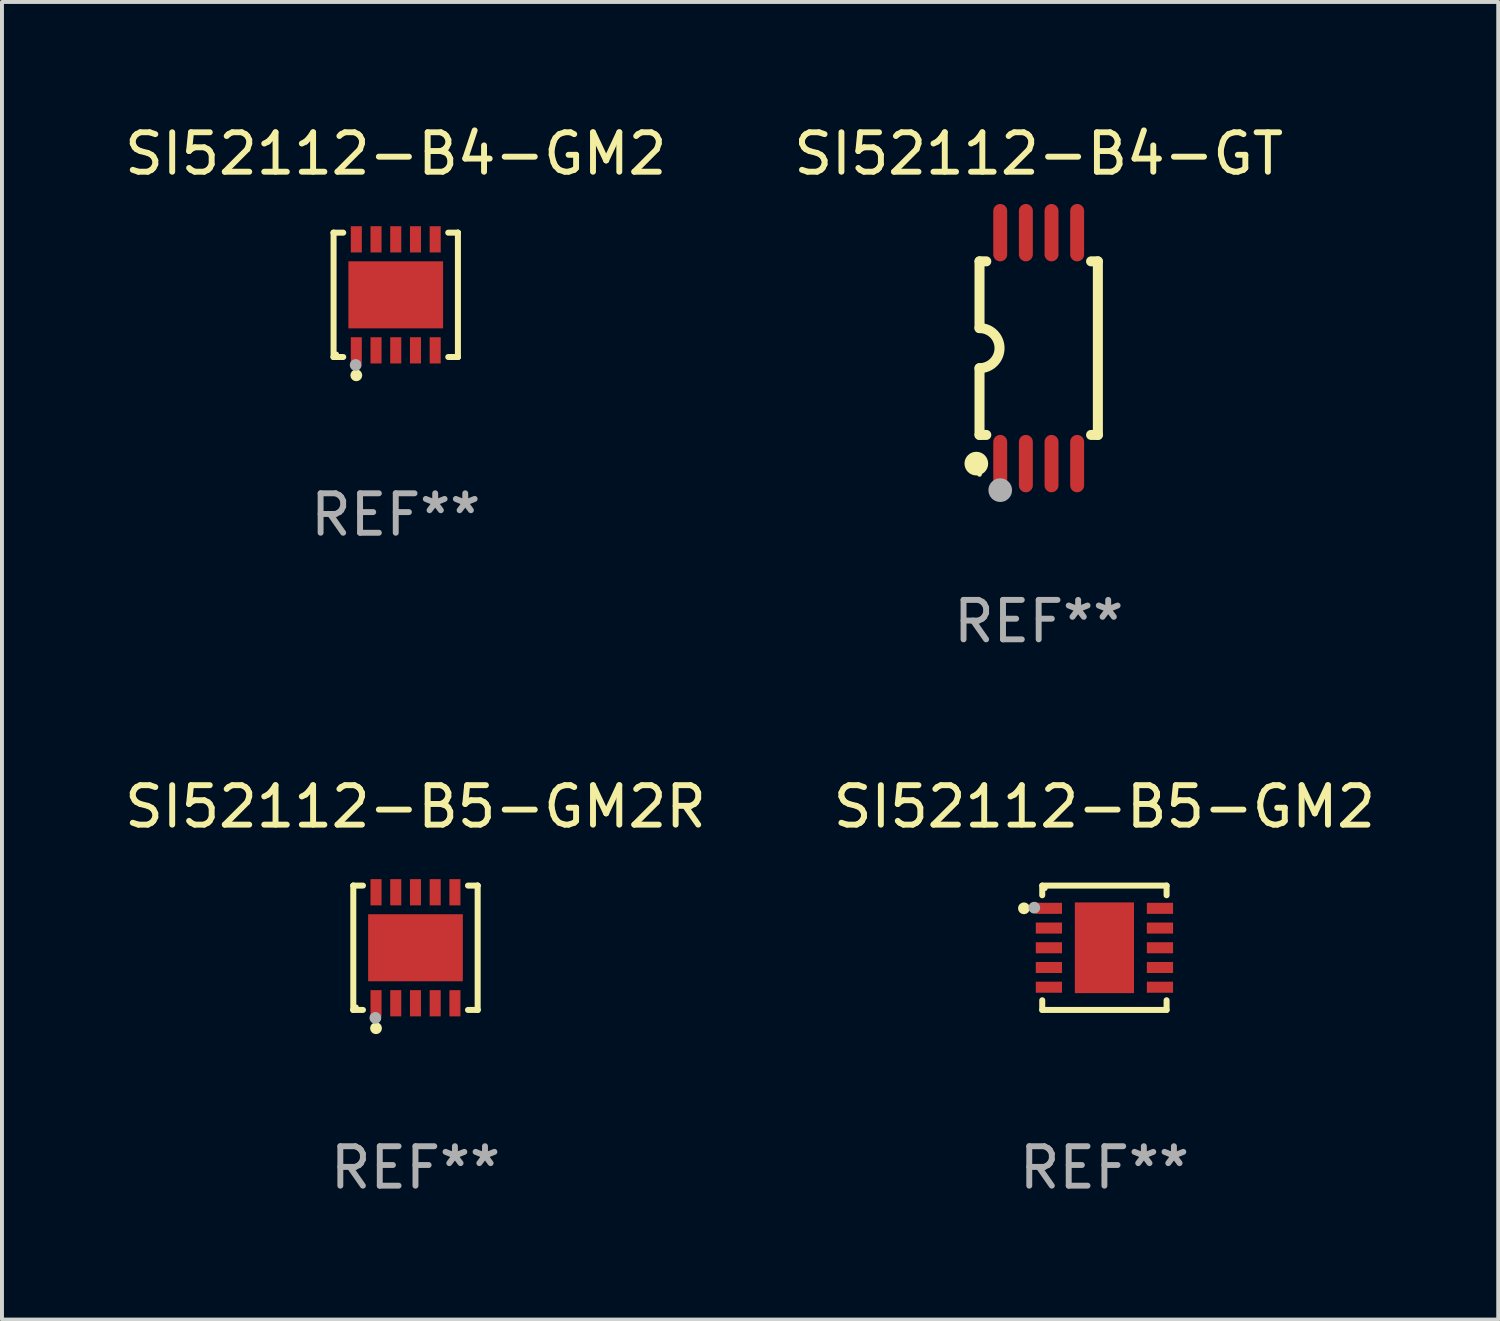
<source format=kicad_pcb>
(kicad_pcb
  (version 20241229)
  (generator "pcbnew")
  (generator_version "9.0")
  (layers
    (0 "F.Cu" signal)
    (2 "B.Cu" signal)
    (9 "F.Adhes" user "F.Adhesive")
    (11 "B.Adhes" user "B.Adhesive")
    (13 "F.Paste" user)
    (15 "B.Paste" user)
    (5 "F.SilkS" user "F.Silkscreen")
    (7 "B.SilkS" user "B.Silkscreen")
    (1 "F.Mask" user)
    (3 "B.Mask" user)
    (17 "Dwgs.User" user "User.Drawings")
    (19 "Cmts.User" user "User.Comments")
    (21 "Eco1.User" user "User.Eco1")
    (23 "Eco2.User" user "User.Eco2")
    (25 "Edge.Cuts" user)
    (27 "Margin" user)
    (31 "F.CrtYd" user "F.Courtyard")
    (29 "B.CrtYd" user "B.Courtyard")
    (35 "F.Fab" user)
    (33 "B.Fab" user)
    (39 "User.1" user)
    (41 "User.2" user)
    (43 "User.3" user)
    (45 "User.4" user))
  (footprint "SI52112-B5-GM2R"
    (layer "F.Cu")
    (at 7.482 20.975)
    (property "Reference" "SI52112-B5-GM2R" (at 0 -3.576 0) (layer "F.SilkS") (effects (font (size 1 1) (thickness 0.15))))
    (attr through_hole)
    (fp_line (start -1.576 -1.576) (end -1.576 -1.576) (stroke (width 0.152) (type solid)) (layer "F.SilkS"))
    (fp_line (start -1.576 -1.576) (end -1.331 -1.576) (stroke (width 0.152) (type solid)) (layer "F.SilkS"))
    (fp_line (start -1.576 1.576) (end -1.576 -1.576) (stroke (width 0.152) (type solid)) (layer "F.SilkS"))
    (fp_line (start -1.576 1.576) (end -1.576 1.576) (stroke (width 0.152) (type solid)) (layer "F.SilkS"))
    (fp_line (start -1.331 1.576) (end -1.576 1.576) (stroke (width 0.152) (type solid)) (layer "F.SilkS"))
    (fp_line (start 1.331 1.576) (end 1.576 1.576) (stroke (width 0.152) (type solid)) (layer "F.SilkS"))
    (fp_line (start 1.576 -1.576) (end 1.331 -1.576) (stroke (width 0.152) (type solid)) (layer "F.SilkS"))
    (fp_line (start 1.576 -1.576) (end 1.576 -1.576) (stroke (width 0.152) (type solid)) (layer "F.SilkS"))
    (fp_line (start 1.576 1.576) (end 1.576 -1.576) (stroke (width 0.152) (type solid)) (layer "F.SilkS"))
    (fp_line (start 1.576 1.576) (end 1.576 1.576) (stroke (width 0.152) (type solid)) (layer "F.SilkS"))
    (fp_circle (center -1.5 1.5) (end -1.47 1.5) (stroke (width 0.06) (type solid)) (fill no) (layer "F.SilkS"))
    (fp_circle (center -1 2.04) (end -0.925 2.04) (stroke (width 0.15) (type solid)) (fill no) (layer "F.SilkS"))
    (fp_circle (center -1.016 1.778) (end -0.941 1.778) (stroke (width 0.15) (type solid)) (fill no) (layer "F.Fab"))
    (fp_text user "REF**" (at 0 5.576 0) (layer "F.Fab") (effects (font (size 1 1) (thickness 0.15))))
    (pad "1" smd rect (at -1 1.407) (size 0.28 0.665) (layers "F.Cu" "F.Mask" "F.Paste"))
    (pad "2" smd rect (at -0.5 1.407) (size 0.28 0.665) (layers "F.Cu" "F.Mask" "F.Paste"))
    (pad "3" smd rect (at 0 1.407) (size 0.28 0.665) (layers "F.Cu" "F.Mask" "F.Paste"))
    (pad "4" smd rect (at 0.5 1.407) (size 0.28 0.665) (layers "F.Cu" "F.Mask" "F.Paste"))
    (pad "5" smd rect (at 1 1.407) (size 0.28 0.665) (layers "F.Cu" "F.Mask" "F.Paste"))
    (pad "6" smd rect (at 1 -1.407) (size 0.28 0.665) (layers "F.Cu" "F.Mask" "F.Paste"))
    (pad "7" smd rect (at 0.5 -1.407) (size 0.28 0.665) (layers "F.Cu" "F.Mask" "F.Paste"))
    (pad "8" smd rect (at 0 -1.407) (size 0.28 0.665) (layers "F.Cu" "F.Mask" "F.Paste"))
    (pad "9" smd rect (at -0.5 -1.407) (size 0.28 0.665) (layers "F.Cu" "F.Mask" "F.Paste"))
    (pad "10" smd rect (at -1 -1.407) (size 0.28 0.665) (layers "F.Cu" "F.Mask" "F.Paste"))
    (pad "11" smd rect (at 0 0) (size 2.4 1.7) (layers "F.Cu" "F.Mask" "F.Paste")))
  (footprint "SI52112-B5-GM2"
    (layer "F.Cu")
    (at 24.946 20.975)
    (property "Reference" "SI52112-B5-GM2" (at 0 -3.576 0) (layer "F.SilkS") (effects (font (size 1 1) (thickness 0.15))))
    (attr through_hole)
    (fp_line (start -1.576 -1.576) (end 1.576 -1.576) (stroke (width 0.152) (type solid)) (layer "F.SilkS"))
    (fp_line (start -1.576 -1.331) (end -1.576 -1.576) (stroke (width 0.152) (type solid)) (layer "F.SilkS"))
    (fp_line (start -1.576 1.331) (end -1.576 1.576) (stroke (width 0.152) (type solid)) (layer "F.SilkS"))
    (fp_line (start -1.576 1.576) (end 1.576 1.576) (stroke (width 0.152) (type solid)) (layer "F.SilkS"))
    (fp_line (start 1.576 -1.576) (end 1.576 -1.331) (stroke (width 0.152) (type solid)) (layer "F.SilkS"))
    (fp_line (start 1.576 1.576) (end 1.576 1.331) (stroke (width 0.152) (type solid)) (layer "F.SilkS"))
    (fp_circle (center -2.04 -1) (end -1.965 -1) (stroke (width 0.15) (type solid)) (fill no) (layer "F.SilkS"))
    (fp_circle (center -1.5 -1.5) (end -1.47 -1.5) (stroke (width 0.06) (type solid)) (fill no) (layer "F.SilkS"))
    (fp_circle (center -1.778 -1.016) (end -1.703 -1.016) (stroke (width 0.15) (type solid)) (fill no) (layer "F.Fab"))
    (fp_text user "REF**" (at 0 5.576 0) (layer "F.Fab") (effects (font (size 1 1) (thickness 0.15))))
    (pad "1" smd rect (at -1.407 -1 270) (size 0.28 0.665) (layers "F.Cu" "F.Mask" "F.Paste"))
    (pad "2" smd rect (at -1.407 -0.5 270) (size 0.28 0.665) (layers "F.Cu" "F.Mask" "F.Paste"))
    (pad "3" smd rect (at -1.407 0.000102 270) (size 0.28 0.665) (layers "F.Cu" "F.Mask" "F.Paste"))
    (pad "4" smd rect (at -1.407 0.5 270) (size 0.28 0.665) (layers "F.Cu" "F.Mask" "F.Paste"))
    (pad "5" smd rect (at -1.407 1 270) (size 0.28 0.665) (layers "F.Cu" "F.Mask" "F.Paste"))
    (pad "6" smd rect (at 1.408 1 270) (size 0.28 0.665) (layers "F.Cu" "F.Mask" "F.Paste"))
    (pad "7" smd rect (at 1.408 0.5 270) (size 0.28 0.665) (layers "F.Cu" "F.Mask" "F.Paste"))
    (pad "8" smd rect (at 1.408 0.000102 270) (size 0.28 0.665) (layers "F.Cu" "F.Mask" "F.Paste"))
    (pad "9" smd rect (at 1.408 -0.5 270) (size 0.28 0.665) (layers "F.Cu" "F.Mask" "F.Paste"))
    (pad "10" smd rect (at 1.408 -1 270) (size 0.28 0.665) (layers "F.Cu" "F.Mask" "F.Paste"))
    (pad "11" smd rect (at -0.000051 0.000102 270) (size 2.3 1.5) (layers "F.Cu" "F.Mask" "F.Paste")))
  (footprint "SI52112-B4-GM2"
    (layer "F.Cu")
    (at 6.982 4.424)
    (property "Reference" "SI52112-B4-GM2" (at 0 -3.576 0) (layer "F.SilkS") (effects (font (size 1 1) (thickness 0.15))))
    (attr through_hole)
    (fp_line (start -1.576 -1.576) (end -1.576 -1.576) (stroke (width 0.152) (type solid)) (layer "F.SilkS"))
    (fp_line (start -1.576 -1.576) (end -1.331 -1.576) (stroke (width 0.152) (type solid)) (layer "F.SilkS"))
    (fp_line (start -1.576 1.576) (end -1.576 -1.576) (stroke (width 0.152) (type solid)) (layer "F.SilkS"))
    (fp_line (start -1.576 1.576) (end -1.576 1.576) (stroke (width 0.152) (type solid)) (layer "F.SilkS"))
    (fp_line (start -1.331 1.576) (end -1.576 1.576) (stroke (width 0.152) (type solid)) (layer "F.SilkS"))
    (fp_line (start 1.331 1.576) (end 1.576 1.576) (stroke (width 0.152) (type solid)) (layer "F.SilkS"))
    (fp_line (start 1.576 -1.576) (end 1.331 -1.576) (stroke (width 0.152) (type solid)) (layer "F.SilkS"))
    (fp_line (start 1.576 -1.576) (end 1.576 -1.576) (stroke (width 0.152) (type solid)) (layer "F.SilkS"))
    (fp_line (start 1.576 1.576) (end 1.576 -1.576) (stroke (width 0.152) (type solid)) (layer "F.SilkS"))
    (fp_line (start 1.576 1.576) (end 1.576 1.576) (stroke (width 0.152) (type solid)) (layer "F.SilkS"))
    (fp_circle (center -1.5 1.5) (end -1.47 1.5) (stroke (width 0.06) (type solid)) (fill no) (layer "F.SilkS"))
    (fp_circle (center -1 2.04) (end -0.925 2.04) (stroke (width 0.15) (type solid)) (fill no) (layer "F.SilkS"))
    (fp_circle (center -1.016 1.778) (end -0.941 1.778) (stroke (width 0.15) (type solid)) (fill no) (layer "F.Fab"))
    (fp_text user "REF**" (at 0 5.576 0) (layer "F.Fab") (effects (font (size 1 1) (thickness 0.15))))
    (pad "1" smd rect (at -1 1.407) (size 0.28 0.665) (layers "F.Cu" "F.Mask" "F.Paste"))
    (pad "2" smd rect (at -0.5 1.407) (size 0.28 0.665) (layers "F.Cu" "F.Mask" "F.Paste"))
    (pad "3" smd rect (at 0 1.407) (size 0.28 0.665) (layers "F.Cu" "F.Mask" "F.Paste"))
    (pad "4" smd rect (at 0.5 1.407) (size 0.28 0.665) (layers "F.Cu" "F.Mask" "F.Paste"))
    (pad "5" smd rect (at 1 1.407) (size 0.28 0.665) (layers "F.Cu" "F.Mask" "F.Paste"))
    (pad "6" smd rect (at 1 -1.407) (size 0.28 0.665) (layers "F.Cu" "F.Mask" "F.Paste"))
    (pad "7" smd rect (at 0.5 -1.407) (size 0.28 0.665) (layers "F.Cu" "F.Mask" "F.Paste"))
    (pad "8" smd rect (at 0 -1.407) (size 0.28 0.665) (layers "F.Cu" "F.Mask" "F.Paste"))
    (pad "9" smd rect (at -0.5 -1.407) (size 0.28 0.665) (layers "F.Cu" "F.Mask" "F.Paste"))
    (pad "10" smd rect (at -1 -1.407) (size 0.28 0.665) (layers "F.Cu" "F.Mask" "F.Paste"))
    (pad "11" smd rect (at 0 0) (size 2.4 1.7) (layers "F.Cu" "F.Mask" "F.Paste")))
  (footprint "SI52112-B4-GT"
    (layer "F.Cu")
    (at 23.28 5.775)
    (property "Reference" "SI52112-B4-GT" (at 0 -4.927 0) (layer "F.SilkS") (effects (font (size 1 1) (thickness 0.15))))
    (attr through_hole)
    (fp_line (start -1.5 -2.2) (end -1.5 -0.508) (stroke (width 0.254) (type solid)) (layer "F.SilkS"))
    (fp_line (start -1.5 -2.2) (end -1.328 -2.2) (stroke (width 0.254) (type solid)) (layer "F.SilkS"))
    (fp_line (start -1.5 2.2) (end -1.5 0.508) (stroke (width 0.254) (type solid)) (layer "F.SilkS"))
    (fp_line (start -1.5 2.2) (end -1.328 2.2) (stroke (width 0.254) (type solid)) (layer "F.SilkS"))
    (fp_line (start 1.328 -2.2) (end 1.5 -2.2) (stroke (width 0.254) (type solid)) (layer "F.SilkS"))
    (fp_line (start 1.328 2.2) (end 1.5 2.2) (stroke (width 0.254) (type solid)) (layer "F.SilkS"))
    (fp_line (start 1.5 -2.2) (end 1.5 2.2) (stroke (width 0.254) (type solid)) (layer "F.SilkS"))
    (fp_arc (start -1.501144 -0.508) (mid -0.993143 -0.000571) (end -1.5 0.508001) (stroke (width 0.254001) (type solid)) (layer "F.SilkS"))
    (fp_circle (center -1.581 2.927) (end -1.431 2.927) (stroke (width 0.3) (type solid)) (fill no) (layer "F.SilkS"))
    (fp_circle (center -1.5 3.2) (end -1.47 3.2) (stroke (width 0.06) (type solid)) (fill no) (layer "F.SilkS"))
    (fp_circle (center -0.975 3.6) (end -0.825 3.6) (stroke (width 0.3) (type solid)) (fill no) (layer "F.Fab"))
    (fp_text user "REF**" (at 0 6.927 0) (layer "F.Fab") (effects (font (size 1 1) (thickness 0.15))))
    (pad "1" smd oval (at -0.975 2.927) (size 0.353 1.454) (layers "F.Cu" "F.Mask" "F.Paste"))
    (pad "2" smd oval (at -0.325 2.927) (size 0.353 1.454) (layers "F.Cu" "F.Mask" "F.Paste"))
    (pad "3" smd oval (at 0.325 2.927) (size 0.353 1.454) (layers "F.Cu" "F.Mask" "F.Paste"))
    (pad "4" smd oval (at 0.975 2.927) (size 0.353 1.454) (layers "F.Cu" "F.Mask" "F.Paste"))
    (pad "5" smd oval (at 0.975 -2.927) (size 0.353 1.454) (layers "F.Cu" "F.Mask" "F.Paste"))
    (pad "6" smd oval (at 0.325 -2.927) (size 0.353 1.454) (layers "F.Cu" "F.Mask" "F.Paste"))
    (pad "7" smd oval (at -0.325 -2.927) (size 0.353 1.454) (layers "F.Cu" "F.Mask" "F.Paste"))
    (pad "8" smd oval (at -0.975 -2.927) (size 0.353 1.454) (layers "F.Cu" "F.Mask" "F.Paste")))
  (gr_rect
    (start -3 -3)
    (end 34.929 30.4)
    (stroke (width 0.1) (type default))
    (fill no)
    (layer "Edge.Cuts")))
</source>
